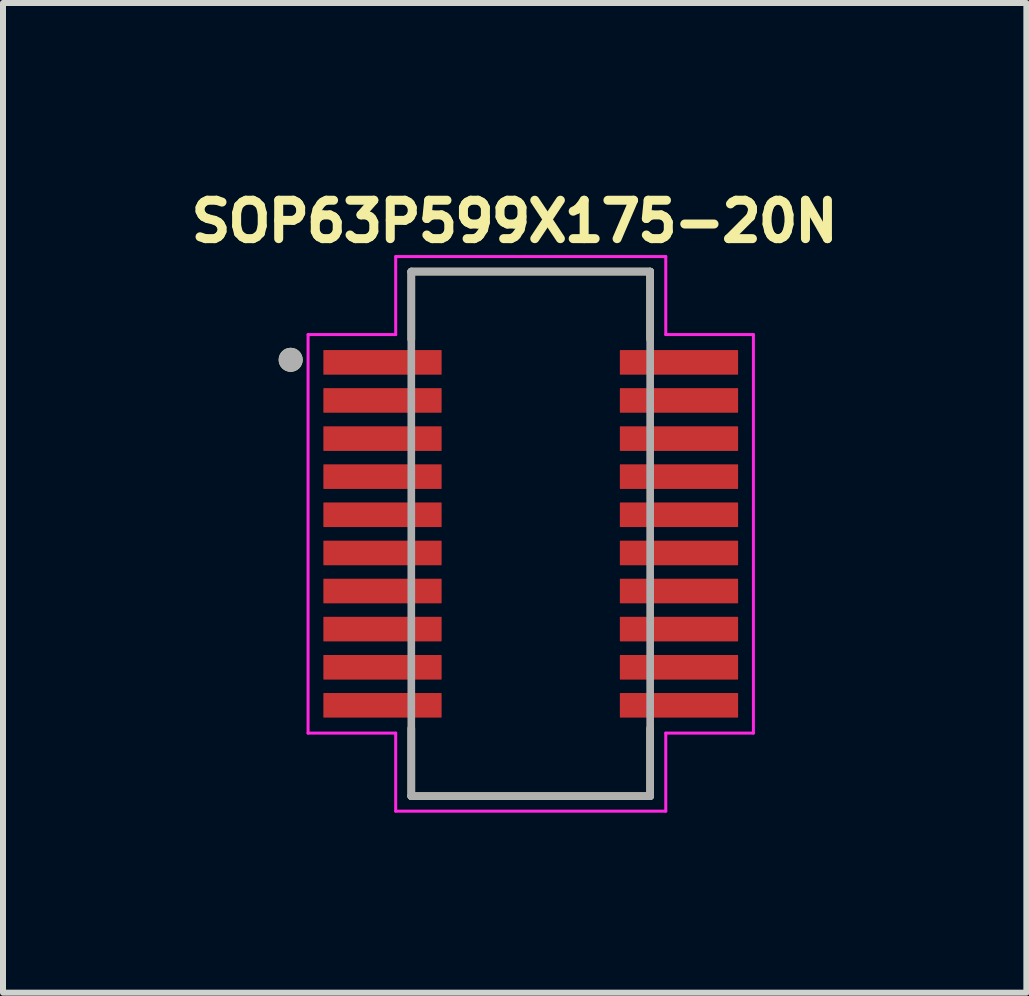
<source format=kicad_pcb>
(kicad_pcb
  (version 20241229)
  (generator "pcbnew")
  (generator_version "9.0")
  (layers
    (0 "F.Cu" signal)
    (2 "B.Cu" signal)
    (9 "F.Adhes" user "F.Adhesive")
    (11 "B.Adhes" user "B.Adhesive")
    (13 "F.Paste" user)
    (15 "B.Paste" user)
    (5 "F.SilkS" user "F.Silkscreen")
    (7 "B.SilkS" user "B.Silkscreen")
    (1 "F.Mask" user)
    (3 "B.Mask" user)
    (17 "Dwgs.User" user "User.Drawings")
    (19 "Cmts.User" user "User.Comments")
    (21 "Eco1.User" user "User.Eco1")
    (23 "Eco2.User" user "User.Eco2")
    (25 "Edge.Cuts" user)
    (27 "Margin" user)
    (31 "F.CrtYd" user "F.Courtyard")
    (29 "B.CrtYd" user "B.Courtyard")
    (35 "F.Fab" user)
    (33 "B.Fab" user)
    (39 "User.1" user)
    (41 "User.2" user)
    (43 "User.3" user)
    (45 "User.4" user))
  (footprint "SOP63P599X175-20N"
    (layer "F.Cu")
    (at 5.793 5.845)
    (property "Reference" "SOP63P599X175-20N" (at -0.268 -5.207 0) (layer "F.SilkS") (effects (font (size 0.64 0.64) (thickness 0.15))))
    (attr smd)
    (fp_line (start -1.99 -4.37) (end 1.99 -4.37) (stroke (width 0.127) (type solid)) (layer "F.SilkS"))
    (fp_line (start -1.99 -3.24) (end -1.99 -4.37) (stroke (width 0.127) (type solid)) (layer "F.SilkS"))
    (fp_line (start -1.99 3.24) (end -1.99 4.37) (stroke (width 0.127) (type solid)) (layer "F.SilkS"))
    (fp_line (start -1.99 4.37) (end 1.99 4.37) (stroke (width 0.127) (type solid)) (layer "F.SilkS"))
    (fp_line (start 1.99 -4.37) (end 1.99 -3.24) (stroke (width 0.127) (type solid)) (layer "F.SilkS"))
    (fp_line (start 1.99 4.37) (end 1.99 3.24) (stroke (width 0.127) (type solid)) (layer "F.SilkS"))
    (fp_circle (center -4 -2.9) (end -3.9 -2.9) (stroke (width 0.2) (type solid)) (fill no) (layer "F.SilkS"))
    (fp_line (start -3.71 -3.32) (end -2.25 -3.32) (stroke (width 0.05) (type solid)) (layer "F.CrtYd"))
    (fp_line (start -3.71 3.32) (end -3.71 -3.32) (stroke (width 0.05) (type solid)) (layer "F.CrtYd"))
    (fp_line (start -2.25 -4.62) (end 2.25 -4.62) (stroke (width 0.05) (type solid)) (layer "F.CrtYd"))
    (fp_line (start -2.25 -3.32) (end -2.25 -4.62) (stroke (width 0.05) (type solid)) (layer "F.CrtYd"))
    (fp_line (start -2.25 3.32) (end -3.71 3.32) (stroke (width 0.05) (type solid)) (layer "F.CrtYd"))
    (fp_line (start -2.25 4.62) (end -2.25 3.32) (stroke (width 0.05) (type solid)) (layer "F.CrtYd"))
    (fp_line (start 2.25 -4.62) (end 2.25 -3.32) (stroke (width 0.05) (type solid)) (layer "F.CrtYd"))
    (fp_line (start 2.25 -3.32) (end 3.71 -3.32) (stroke (width 0.05) (type solid)) (layer "F.CrtYd"))
    (fp_line (start 2.25 3.32) (end 2.25 4.62) (stroke (width 0.05) (type solid)) (layer "F.CrtYd"))
    (fp_line (start 2.25 4.62) (end -2.25 4.62) (stroke (width 0.05) (type solid)) (layer "F.CrtYd"))
    (fp_line (start 3.71 3.32) (end 2.25 3.32) (stroke (width 0.05) (type solid)) (layer "F.CrtYd"))
    (fp_line (start 3.71 3.32) (end 3.71 -3.32) (stroke (width 0.05) (type solid)) (layer "F.CrtYd"))
    (fp_line (start -1.99 -4.37) (end 1.99 -4.37) (stroke (width 0.127) (type solid)) (layer "F.Fab"))
    (fp_line (start -1.99 4.37) (end -1.99 -4.37) (stroke (width 0.127) (type solid)) (layer "F.Fab"))
    (fp_line (start 1.99 -4.37) (end 1.99 4.37) (stroke (width 0.127) (type solid)) (layer "F.Fab"))
    (fp_line (start 1.99 4.37) (end -1.99 4.37) (stroke (width 0.127) (type solid)) (layer "F.Fab"))
    (fp_circle (center -4 -2.9) (end -3.9 -2.9) (stroke (width 0.2) (type solid)) (fill no) (layer "F.Fab"))
    (pad "1" smd roundrect (at -2.47 -2.857) (size 1.97 0.41) (layers "F.Cu" "F.Mask" "F.Paste") (roundrect_rratio 0.02))
    (pad "2" smd roundrect (at -2.47 -2.223) (size 1.97 0.41) (layers "F.Cu" "F.Mask" "F.Paste") (roundrect_rratio 0.02))
    (pad "3" smd roundrect (at -2.47 -1.587) (size 1.97 0.41) (layers "F.Cu" "F.Mask" "F.Paste") (roundrect_rratio 0.02))
    (pad "4" smd roundrect (at -2.47 -0.953) (size 1.97 0.41) (layers "F.Cu" "F.Mask" "F.Paste") (roundrect_rratio 0.02))
    (pad "5" smd roundrect (at -2.47 -0.318) (size 1.97 0.41) (layers "F.Cu" "F.Mask" "F.Paste") (roundrect_rratio 0.02))
    (pad "6" smd roundrect (at -2.47 0.318) (size 1.97 0.41) (layers "F.Cu" "F.Mask" "F.Paste") (roundrect_rratio 0.02))
    (pad "7" smd roundrect (at -2.47 0.953) (size 1.97 0.41) (layers "F.Cu" "F.Mask" "F.Paste") (roundrect_rratio 0.02))
    (pad "8" smd roundrect (at -2.47 1.587) (size 1.97 0.41) (layers "F.Cu" "F.Mask" "F.Paste") (roundrect_rratio 0.02))
    (pad "9" smd roundrect (at -2.47 2.223) (size 1.97 0.41) (layers "F.Cu" "F.Mask" "F.Paste") (roundrect_rratio 0.02))
    (pad "10" smd roundrect (at -2.47 2.857) (size 1.97 0.41) (layers "F.Cu" "F.Mask" "F.Paste") (roundrect_rratio 0.02))
    (pad "11" smd roundrect (at 2.47 2.857 180) (size 1.97 0.41) (layers "F.Cu" "F.Mask" "F.Paste") (roundrect_rratio 0.02))
    (pad "12" smd roundrect (at 2.47 2.223 180) (size 1.97 0.41) (layers "F.Cu" "F.Mask" "F.Paste") (roundrect_rratio 0.02))
    (pad "13" smd roundrect (at 2.47 1.587 180) (size 1.97 0.41) (layers "F.Cu" "F.Mask" "F.Paste") (roundrect_rratio 0.02))
    (pad "14" smd roundrect (at 2.47 0.953 180) (size 1.97 0.41) (layers "F.Cu" "F.Mask" "F.Paste") (roundrect_rratio 0.02))
    (pad "15" smd roundrect (at 2.47 0.318 180) (size 1.97 0.41) (layers "F.Cu" "F.Mask" "F.Paste") (roundrect_rratio 0.02))
    (pad "16" smd roundrect (at 2.47 -0.318 180) (size 1.97 0.41) (layers "F.Cu" "F.Mask" "F.Paste") (roundrect_rratio 0.02))
    (pad "17" smd roundrect (at 2.47 -0.953 180) (size 1.97 0.41) (layers "F.Cu" "F.Mask" "F.Paste") (roundrect_rratio 0.02))
    (pad "18" smd roundrect (at 2.47 -1.587 180) (size 1.97 0.41) (layers "F.Cu" "F.Mask" "F.Paste") (roundrect_rratio 0.02))
    (pad "19" smd roundrect (at 2.47 -2.223 180) (size 1.97 0.41) (layers "F.Cu" "F.Mask" "F.Paste") (roundrect_rratio 0.02))
    (pad "20" smd roundrect (at 2.47 -2.857 180) (size 1.97 0.41) (layers "F.Cu" "F.Mask" "F.Paste") (roundrect_rratio 0.02)))
  (gr_rect
    (start -3 -3)
    (end 14.051 13.49)
    (stroke (width 0.1) (type default))
    (fill no)
    (layer "Edge.Cuts")))
</source>
